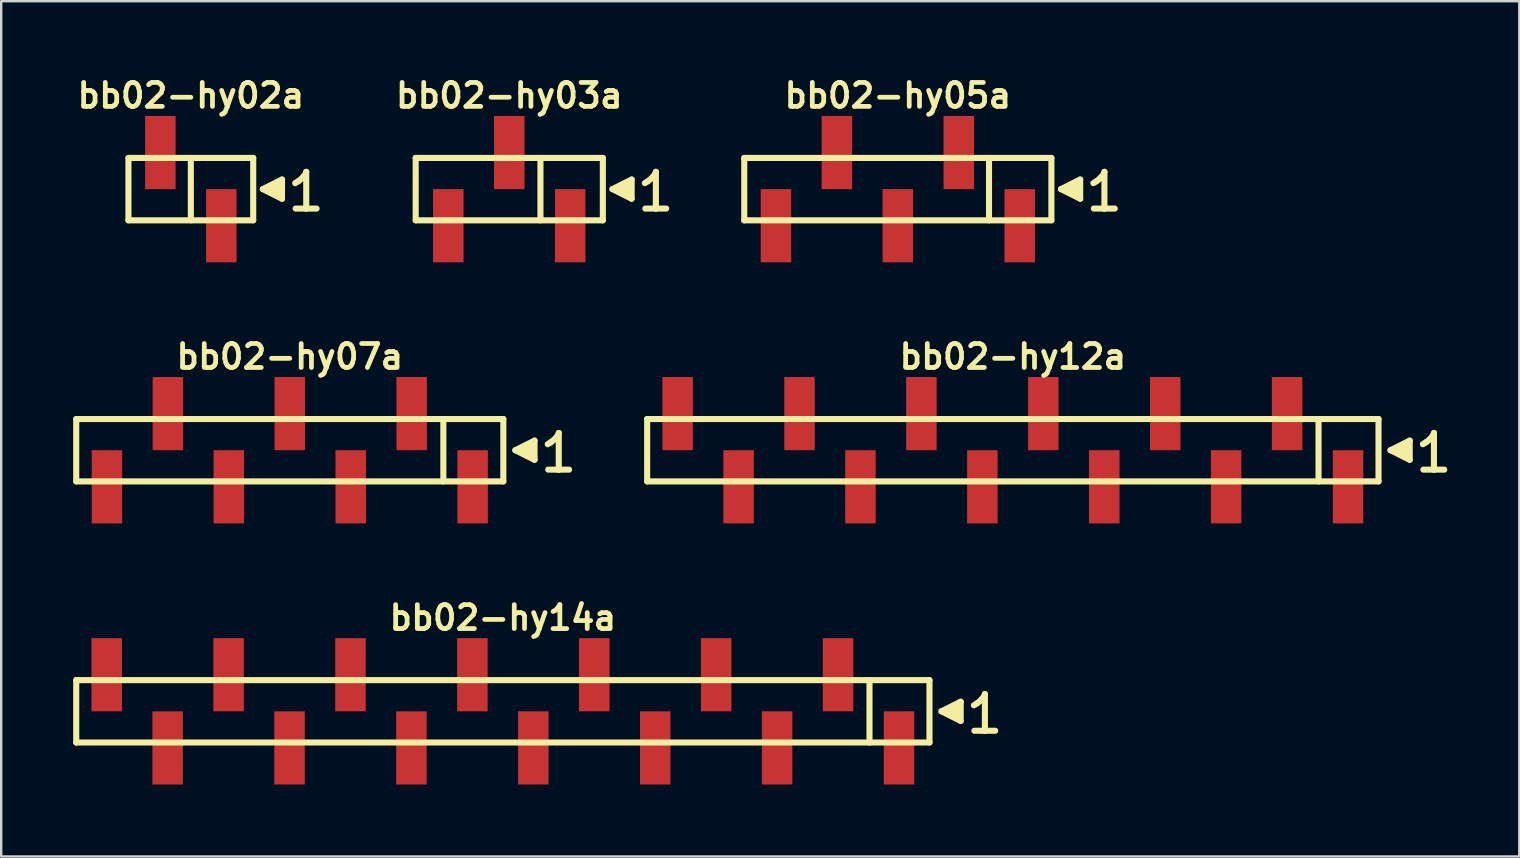
<source format=kicad_pcb>
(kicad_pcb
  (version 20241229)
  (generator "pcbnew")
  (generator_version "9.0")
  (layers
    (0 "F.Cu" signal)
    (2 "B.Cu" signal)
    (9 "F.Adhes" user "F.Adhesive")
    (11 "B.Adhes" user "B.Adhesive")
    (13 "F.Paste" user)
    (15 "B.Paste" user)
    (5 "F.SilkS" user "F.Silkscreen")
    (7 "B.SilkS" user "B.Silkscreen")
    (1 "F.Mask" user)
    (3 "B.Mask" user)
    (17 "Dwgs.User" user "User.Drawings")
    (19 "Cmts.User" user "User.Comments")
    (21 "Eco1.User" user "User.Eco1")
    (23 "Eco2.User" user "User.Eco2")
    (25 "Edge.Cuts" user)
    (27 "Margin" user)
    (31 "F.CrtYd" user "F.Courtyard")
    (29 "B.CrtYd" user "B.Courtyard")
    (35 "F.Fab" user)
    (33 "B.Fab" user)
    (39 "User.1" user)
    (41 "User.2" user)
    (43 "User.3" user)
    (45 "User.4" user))
  (footprint "bb02-hy14a"
    (layer "F.Cu")
    (at 17.907 26.595)
    (property "Reference" "bb02-hy14a" (at 0 -3.9 0) (layer "F.SilkS") (effects (font (size 0.998 0.998) (thickness 0.198))))
    (attr through_hole)
    (fp_line (start -17.78 -1.3) (end 17.78 -1.3) (stroke (width 0.254) (type solid)) (layer "F.SilkS"))
    (fp_line (start -17.78 1.3) (end -17.78 -1.3) (stroke (width 0.254) (type solid)) (layer "F.SilkS"))
    (fp_line (start 15.28 1.3) (end 15.28 -1.3) (stroke (width 0.254) (type solid)) (layer "F.SilkS"))
    (fp_line (start 17.78 -1.3) (end 17.78 1.3) (stroke (width 0.254) (type solid)) (layer "F.SilkS"))
    (fp_line (start 17.78 1.3) (end -17.78 1.3) (stroke (width 0.254) (type solid)) (layer "F.SilkS"))
    (fp_line (start 18.28 0) (end 19.08 0.4) (stroke (width 0.254) (type solid)) (layer "F.SilkS"))
    (fp_line (start 18.58 0.1) (end 18.58 -0.1) (stroke (width 0.254) (type solid)) (layer "F.SilkS"))
    (fp_line (start 18.68 -0.1) (end 18.68 0.1) (stroke (width 0.254) (type solid)) (layer "F.SilkS"))
    (fp_line (start 18.78 0.2) (end 18.78 -0.2) (stroke (width 0.254) (type solid)) (layer "F.SilkS"))
    (fp_line (start 18.88 -0.2) (end 18.88 0.2) (stroke (width 0.254) (type solid)) (layer "F.SilkS"))
    (fp_line (start 18.98 0.3) (end 18.98 -0.3) (stroke (width 0.254) (type solid)) (layer "F.SilkS"))
    (fp_line (start 19.08 -0.4) (end 18.28 0) (stroke (width 0.254) (type solid)) (layer "F.SilkS"))
    (fp_line (start 19.08 0.4) (end 19.08 -0.4) (stroke (width 0.254) (type solid)) (layer "F.SilkS"))
    (fp_line (start 19.63 -0.25) (end 19.76 -0.33) (stroke (width 0.254) (type solid)) (layer "F.SilkS"))
    (fp_line (start 19.76 -0.33) (end 19.92 -0.46) (stroke (width 0.254) (type solid)) (layer "F.SilkS"))
    (fp_line (start 19.92 -0.46) (end 20.06 -0.63) (stroke (width 0.254) (type solid)) (layer "F.SilkS"))
    (fp_line (start 20.06 -0.63) (end 20.09 -0.72) (stroke (width 0.254) (type solid)) (layer "F.SilkS"))
    (fp_line (start 20.09 -0.72) (end 20.09 0.81) (stroke (width 0.254) (type solid)) (layer "F.SilkS"))
    (fp_line (start 20.09 0.81) (end 19.65 0.81) (stroke (width 0.254) (type solid)) (layer "F.SilkS"))
    (fp_line (start 20.52 0.81) (end 20.08 0.81) (stroke (width 0.254) (type solid)) (layer "F.SilkS"))
    (pad "1" smd rect (at 16.51 1.525) (size 1.27 3.05) (layers "F.Cu" "F.Mask" "F.Paste"))
    (pad "2" smd rect (at 13.97 -1.525) (size 1.27 3.05) (layers "F.Cu" "F.Mask" "F.Paste"))
    (pad "3" smd rect (at 11.43 1.525) (size 1.27 3.05) (layers "F.Cu" "F.Mask" "F.Paste"))
    (pad "4" smd rect (at 8.89 -1.525) (size 1.27 3.05) (layers "F.Cu" "F.Mask" "F.Paste"))
    (pad "5" smd rect (at 6.35 1.525) (size 1.27 3.05) (layers "F.Cu" "F.Mask" "F.Paste"))
    (pad "6" smd rect (at 3.81 -1.525) (size 1.27 3.05) (layers "F.Cu" "F.Mask" "F.Paste"))
    (pad "7" smd rect (at 1.27 1.525) (size 1.27 3.05) (layers "F.Cu" "F.Mask" "F.Paste"))
    (pad "8" smd rect (at -1.27 -1.525) (size 1.27 3.05) (layers "F.Cu" "F.Mask" "F.Paste"))
    (pad "9" smd rect (at -3.81 1.525) (size 1.27 3.05) (layers "F.Cu" "F.Mask" "F.Paste"))
    (pad "10" smd rect (at -6.35 -1.525) (size 1.27 3.05) (layers "F.Cu" "F.Mask" "F.Paste"))
    (pad "11" smd rect (at -8.89 1.525) (size 1.27 3.05) (layers "F.Cu" "F.Mask" "F.Paste"))
    (pad "12" smd rect (at -11.43 -1.525) (size 1.27 3.05) (layers "F.Cu" "F.Mask" "F.Paste"))
    (pad "13" smd rect (at -13.97 1.525) (size 1.27 3.05) (layers "F.Cu" "F.Mask" "F.Paste"))
    (pad "14" smd rect (at -16.51 -1.525) (size 1.27 3.05) (layers "F.Cu" "F.Mask" "F.Paste")))
  (footprint "bb02-hy12a"
    (layer "F.Cu")
    (at 39.161 15.713)
    (property "Reference" "bb02-hy12a" (at 0 -3.9 0) (layer "F.SilkS") (effects (font (size 0.998 0.998) (thickness 0.198))))
    (attr through_hole)
    (fp_line (start -15.24 -1.3) (end 15.24 -1.3) (stroke (width 0.254) (type solid)) (layer "F.SilkS"))
    (fp_line (start -15.24 1.3) (end -15.24 -1.3) (stroke (width 0.254) (type solid)) (layer "F.SilkS"))
    (fp_line (start 12.74 1.3) (end 12.74 -1.3) (stroke (width 0.254) (type solid)) (layer "F.SilkS"))
    (fp_line (start 15.24 -1.3) (end 15.24 1.3) (stroke (width 0.254) (type solid)) (layer "F.SilkS"))
    (fp_line (start 15.24 1.3) (end -15.24 1.3) (stroke (width 0.254) (type solid)) (layer "F.SilkS"))
    (fp_line (start 15.74 0) (end 16.54 0.4) (stroke (width 0.254) (type solid)) (layer "F.SilkS"))
    (fp_line (start 16.04 0.1) (end 16.04 -0.1) (stroke (width 0.254) (type solid)) (layer "F.SilkS"))
    (fp_line (start 16.14 -0.1) (end 16.14 0.1) (stroke (width 0.254) (type solid)) (layer "F.SilkS"))
    (fp_line (start 16.24 0.2) (end 16.24 -0.2) (stroke (width 0.254) (type solid)) (layer "F.SilkS"))
    (fp_line (start 16.34 -0.2) (end 16.34 0.2) (stroke (width 0.254) (type solid)) (layer "F.SilkS"))
    (fp_line (start 16.44 0.3) (end 16.44 -0.3) (stroke (width 0.254) (type solid)) (layer "F.SilkS"))
    (fp_line (start 16.54 -0.4) (end 15.74 0) (stroke (width 0.254) (type solid)) (layer "F.SilkS"))
    (fp_line (start 16.54 0.4) (end 16.54 -0.4) (stroke (width 0.254) (type solid)) (layer "F.SilkS"))
    (fp_line (start 17.09 -0.25) (end 17.22 -0.33) (stroke (width 0.254) (type solid)) (layer "F.SilkS"))
    (fp_line (start 17.22 -0.33) (end 17.38 -0.46) (stroke (width 0.254) (type solid)) (layer "F.SilkS"))
    (fp_line (start 17.38 -0.46) (end 17.52 -0.63) (stroke (width 0.254) (type solid)) (layer "F.SilkS"))
    (fp_line (start 17.52 -0.63) (end 17.55 -0.72) (stroke (width 0.254) (type solid)) (layer "F.SilkS"))
    (fp_line (start 17.55 -0.72) (end 17.55 0.81) (stroke (width 0.254) (type solid)) (layer "F.SilkS"))
    (fp_line (start 17.55 0.81) (end 17.11 0.81) (stroke (width 0.254) (type solid)) (layer "F.SilkS"))
    (fp_line (start 17.98 0.81) (end 17.54 0.81) (stroke (width 0.254) (type solid)) (layer "F.SilkS"))
    (pad "1" smd rect (at 13.97 1.525) (size 1.27 3.05) (layers "F.Cu" "F.Mask" "F.Paste"))
    (pad "2" smd rect (at 11.43 -1.525) (size 1.27 3.05) (layers "F.Cu" "F.Mask" "F.Paste"))
    (pad "3" smd rect (at 8.89 1.525) (size 1.27 3.05) (layers "F.Cu" "F.Mask" "F.Paste"))
    (pad "4" smd rect (at 6.35 -1.525) (size 1.27 3.05) (layers "F.Cu" "F.Mask" "F.Paste"))
    (pad "5" smd rect (at 3.81 1.525) (size 1.27 3.05) (layers "F.Cu" "F.Mask" "F.Paste"))
    (pad "6" smd rect (at 1.27 -1.525) (size 1.27 3.05) (layers "F.Cu" "F.Mask" "F.Paste"))
    (pad "7" smd rect (at -1.27 1.525) (size 1.27 3.05) (layers "F.Cu" "F.Mask" "F.Paste"))
    (pad "8" smd rect (at -3.81 -1.525) (size 1.27 3.05) (layers "F.Cu" "F.Mask" "F.Paste"))
    (pad "9" smd rect (at -6.35 1.525) (size 1.27 3.05) (layers "F.Cu" "F.Mask" "F.Paste"))
    (pad "10" smd rect (at -8.89 -1.525) (size 1.27 3.05) (layers "F.Cu" "F.Mask" "F.Paste"))
    (pad "11" smd rect (at -11.43 1.525) (size 1.27 3.05) (layers "F.Cu" "F.Mask" "F.Paste"))
    (pad "12" smd rect (at -13.97 -1.525) (size 1.27 3.05) (layers "F.Cu" "F.Mask" "F.Paste")))
  (footprint "bb02-hy07a"
    (layer "F.Cu")
    (at 9.027 15.713)
    (property "Reference" "bb02-hy07a" (at 0 -3.9 0) (layer "F.SilkS") (effects (font (size 0.998 0.998) (thickness 0.198))))
    (attr through_hole)
    (fp_line (start -8.9 -1.3) (end 8.9 -1.3) (stroke (width 0.254) (type solid)) (layer "F.SilkS"))
    (fp_line (start -8.9 1.3) (end -8.9 -1.3) (stroke (width 0.254) (type solid)) (layer "F.SilkS"))
    (fp_line (start 6.4 1.3) (end 6.4 -1.3) (stroke (width 0.254) (type solid)) (layer "F.SilkS"))
    (fp_line (start 8.9 -1.3) (end 8.9 1.3) (stroke (width 0.254) (type solid)) (layer "F.SilkS"))
    (fp_line (start 8.9 1.3) (end -8.9 1.3) (stroke (width 0.254) (type solid)) (layer "F.SilkS"))
    (fp_line (start 9.4 0) (end 10.2 0.4) (stroke (width 0.254) (type solid)) (layer "F.SilkS"))
    (fp_line (start 9.7 0.1) (end 9.7 -0.1) (stroke (width 0.254) (type solid)) (layer "F.SilkS"))
    (fp_line (start 9.8 -0.1) (end 9.8 0.1) (stroke (width 0.254) (type solid)) (layer "F.SilkS"))
    (fp_line (start 9.9 0.2) (end 9.9 -0.2) (stroke (width 0.254) (type solid)) (layer "F.SilkS"))
    (fp_line (start 10 -0.2) (end 10 0.2) (stroke (width 0.254) (type solid)) (layer "F.SilkS"))
    (fp_line (start 10.1 0.3) (end 10.1 -0.3) (stroke (width 0.254) (type solid)) (layer "F.SilkS"))
    (fp_line (start 10.2 -0.4) (end 9.4 0) (stroke (width 0.254) (type solid)) (layer "F.SilkS"))
    (fp_line (start 10.2 0.4) (end 10.2 -0.4) (stroke (width 0.254) (type solid)) (layer "F.SilkS"))
    (fp_line (start 10.75 -0.25) (end 10.88 -0.33) (stroke (width 0.254) (type solid)) (layer "F.SilkS"))
    (fp_line (start 10.88 -0.33) (end 11.04 -0.46) (stroke (width 0.254) (type solid)) (layer "F.SilkS"))
    (fp_line (start 11.04 -0.46) (end 11.18 -0.63) (stroke (width 0.254) (type solid)) (layer "F.SilkS"))
    (fp_line (start 11.18 -0.63) (end 11.21 -0.72) (stroke (width 0.254) (type solid)) (layer "F.SilkS"))
    (fp_line (start 11.21 -0.72) (end 11.21 0.81) (stroke (width 0.254) (type solid)) (layer "F.SilkS"))
    (fp_line (start 11.21 0.81) (end 10.77 0.81) (stroke (width 0.254) (type solid)) (layer "F.SilkS"))
    (fp_line (start 11.64 0.81) (end 11.2 0.81) (stroke (width 0.254) (type solid)) (layer "F.SilkS"))
    (pad "1" smd rect (at 7.62 1.525) (size 1.27 3.05) (layers "F.Cu" "F.Mask" "F.Paste"))
    (pad "2" smd rect (at 5.08 -1.525) (size 1.27 3.05) (layers "F.Cu" "F.Mask" "F.Paste"))
    (pad "3" smd rect (at 2.54 1.525) (size 1.27 3.05) (layers "F.Cu" "F.Mask" "F.Paste"))
    (pad "4" smd rect (at 0 -1.525) (size 1.27 3.05) (layers "F.Cu" "F.Mask" "F.Paste"))
    (pad "5" smd rect (at -2.54 1.525) (size 1.27 3.05) (layers "F.Cu" "F.Mask" "F.Paste"))
    (pad "6" smd rect (at -5.08 -1.525) (size 1.27 3.05) (layers "F.Cu" "F.Mask" "F.Paste"))
    (pad "7" smd rect (at -7.62 1.525) (size 1.27 3.05) (layers "F.Cu" "F.Mask" "F.Paste")))
  (footprint "bb02-hy02a"
    (layer "F.Cu")
    (at 4.903 4.832)
    (property "Reference" "bb02-hy02a" (at 0 -3.9 0) (layer "F.SilkS") (effects (font (size 0.998 0.998) (thickness 0.198))))
    (attr through_hole)
    (fp_line (start -2.6 -1.3) (end 2.6 -1.3) (stroke (width 0.254) (type solid)) (layer "F.SilkS"))
    (fp_line (start -2.6 1.3) (end -2.6 -1.3) (stroke (width 0.254) (type solid)) (layer "F.SilkS"))
    (fp_line (start 0 1.3) (end 0 -1.3) (stroke (width 0.254) (type solid)) (layer "F.SilkS"))
    (fp_line (start 2.6 -1.3) (end 2.6 1.3) (stroke (width 0.254) (type solid)) (layer "F.SilkS"))
    (fp_line (start 2.6 1.3) (end -2.6 1.3) (stroke (width 0.254) (type solid)) (layer "F.SilkS"))
    (fp_line (start 3 0) (end 3.8 0.4) (stroke (width 0.254) (type solid)) (layer "F.SilkS"))
    (fp_line (start 3.3 0.1) (end 3.3 -0.1) (stroke (width 0.254) (type solid)) (layer "F.SilkS"))
    (fp_line (start 3.4 -0.1) (end 3.4 0.1) (stroke (width 0.254) (type solid)) (layer "F.SilkS"))
    (fp_line (start 3.5 0.2) (end 3.5 -0.2) (stroke (width 0.254) (type solid)) (layer "F.SilkS"))
    (fp_line (start 3.6 -0.2) (end 3.6 0.2) (stroke (width 0.254) (type solid)) (layer "F.SilkS"))
    (fp_line (start 3.7 0.3) (end 3.7 -0.3) (stroke (width 0.254) (type solid)) (layer "F.SilkS"))
    (fp_line (start 3.8 -0.4) (end 3 0) (stroke (width 0.254) (type solid)) (layer "F.SilkS"))
    (fp_line (start 3.8 0.4) (end 3.8 -0.4) (stroke (width 0.254) (type solid)) (layer "F.SilkS"))
    (fp_line (start 4.35 -0.25) (end 4.48 -0.33) (stroke (width 0.254) (type solid)) (layer "F.SilkS"))
    (fp_line (start 4.48 -0.33) (end 4.64 -0.46) (stroke (width 0.254) (type solid)) (layer "F.SilkS"))
    (fp_line (start 4.64 -0.46) (end 4.78 -0.63) (stroke (width 0.254) (type solid)) (layer "F.SilkS"))
    (fp_line (start 4.78 -0.63) (end 4.81 -0.72) (stroke (width 0.254) (type solid)) (layer "F.SilkS"))
    (fp_line (start 4.81 -0.72) (end 4.81 0.81) (stroke (width 0.254) (type solid)) (layer "F.SilkS"))
    (fp_line (start 4.81 0.81) (end 4.37 0.81) (stroke (width 0.254) (type solid)) (layer "F.SilkS"))
    (fp_line (start 5.24 0.81) (end 4.8 0.81) (stroke (width 0.254) (type solid)) (layer "F.SilkS"))
    (pad "1" smd rect (at 1.27 1.525) (size 1.27 3.05) (layers "F.Cu" "F.Mask" "F.Paste"))
    (pad "2" smd rect (at -1.27 -1.525) (size 1.27 3.05) (layers "F.Cu" "F.Mask" "F.Paste")))
  (footprint "bb02-hy05a"
    (layer "F.Cu")
    (at 34.368 4.832)
    (property "Reference" "bb02-hy05a" (at 0 -3.9 0) (layer "F.SilkS") (effects (font (size 0.998 0.998) (thickness 0.198))))
    (attr through_hole)
    (fp_line (start -6.4 -1.3) (end 6.4 -1.3) (stroke (width 0.254) (type solid)) (layer "F.SilkS"))
    (fp_line (start -6.4 1.3) (end -6.4 -1.3) (stroke (width 0.254) (type solid)) (layer "F.SilkS"))
    (fp_line (start 3.8 1.3) (end 3.8 -1.3) (stroke (width 0.254) (type solid)) (layer "F.SilkS"))
    (fp_line (start 6.4 -1.3) (end 6.4 1.3) (stroke (width 0.254) (type solid)) (layer "F.SilkS"))
    (fp_line (start 6.4 1.3) (end -6.4 1.3) (stroke (width 0.254) (type solid)) (layer "F.SilkS"))
    (fp_line (start 6.8 0) (end 7.6 0.4) (stroke (width 0.254) (type solid)) (layer "F.SilkS"))
    (fp_line (start 7.1 0.1) (end 7.1 -0.1) (stroke (width 0.254) (type solid)) (layer "F.SilkS"))
    (fp_line (start 7.2 -0.1) (end 7.2 0.1) (stroke (width 0.254) (type solid)) (layer "F.SilkS"))
    (fp_line (start 7.3 0.2) (end 7.3 -0.2) (stroke (width 0.254) (type solid)) (layer "F.SilkS"))
    (fp_line (start 7.4 -0.2) (end 7.4 0.2) (stroke (width 0.254) (type solid)) (layer "F.SilkS"))
    (fp_line (start 7.5 0.3) (end 7.5 -0.3) (stroke (width 0.254) (type solid)) (layer "F.SilkS"))
    (fp_line (start 7.6 -0.4) (end 6.8 0) (stroke (width 0.254) (type solid)) (layer "F.SilkS"))
    (fp_line (start 7.6 0.4) (end 7.6 -0.4) (stroke (width 0.254) (type solid)) (layer "F.SilkS"))
    (fp_line (start 8.15 -0.25) (end 8.28 -0.33) (stroke (width 0.254) (type solid)) (layer "F.SilkS"))
    (fp_line (start 8.28 -0.33) (end 8.44 -0.46) (stroke (width 0.254) (type solid)) (layer "F.SilkS"))
    (fp_line (start 8.44 -0.46) (end 8.58 -0.63) (stroke (width 0.254) (type solid)) (layer "F.SilkS"))
    (fp_line (start 8.58 -0.63) (end 8.61 -0.72) (stroke (width 0.254) (type solid)) (layer "F.SilkS"))
    (fp_line (start 8.61 -0.72) (end 8.61 0.81) (stroke (width 0.254) (type solid)) (layer "F.SilkS"))
    (fp_line (start 8.61 0.81) (end 8.17 0.81) (stroke (width 0.254) (type solid)) (layer "F.SilkS"))
    (fp_line (start 9.04 0.81) (end 8.6 0.81) (stroke (width 0.254) (type solid)) (layer "F.SilkS"))
    (pad "1" smd rect (at 5.08 1.525) (size 1.27 3.05) (layers "F.Cu" "F.Mask" "F.Paste"))
    (pad "2" smd rect (at 2.54 -1.525) (size 1.27 3.05) (layers "F.Cu" "F.Mask" "F.Paste"))
    (pad "3" smd rect (at 0 1.525) (size 1.27 3.05) (layers "F.Cu" "F.Mask" "F.Paste"))
    (pad "4" smd rect (at -2.54 -1.525) (size 1.27 3.05) (layers "F.Cu" "F.Mask" "F.Paste"))
    (pad "5" smd rect (at -5.08 1.525) (size 1.27 3.05) (layers "F.Cu" "F.Mask" "F.Paste")))
  (footprint "bb02-hy03a"
    (layer "F.Cu")
    (at 18.174 4.832)
    (property "Reference" "bb02-hy03a" (at 0 -3.9 0) (layer "F.SilkS") (effects (font (size 0.998 0.998) (thickness 0.198))))
    (attr through_hole)
    (fp_line (start -3.9 -1.3) (end 3.9 -1.3) (stroke (width 0.254) (type solid)) (layer "F.SilkS"))
    (fp_line (start -3.9 1.3) (end -3.9 -1.3) (stroke (width 0.254) (type solid)) (layer "F.SilkS"))
    (fp_line (start 1.3 1.3) (end 1.3 -1.3) (stroke (width 0.254) (type solid)) (layer "F.SilkS"))
    (fp_line (start 3.9 -1.3) (end 3.9 1.3) (stroke (width 0.254) (type solid)) (layer "F.SilkS"))
    (fp_line (start 3.9 1.3) (end -3.9 1.3) (stroke (width 0.254) (type solid)) (layer "F.SilkS"))
    (fp_line (start 4.3 0) (end 5.1 0.4) (stroke (width 0.254) (type solid)) (layer "F.SilkS"))
    (fp_line (start 4.6 0.1) (end 4.6 -0.1) (stroke (width 0.254) (type solid)) (layer "F.SilkS"))
    (fp_line (start 4.7 -0.1) (end 4.7 0.1) (stroke (width 0.254) (type solid)) (layer "F.SilkS"))
    (fp_line (start 4.8 0.2) (end 4.8 -0.2) (stroke (width 0.254) (type solid)) (layer "F.SilkS"))
    (fp_line (start 4.9 -0.2) (end 4.9 0.2) (stroke (width 0.254) (type solid)) (layer "F.SilkS"))
    (fp_line (start 5 0.3) (end 5 -0.3) (stroke (width 0.254) (type solid)) (layer "F.SilkS"))
    (fp_line (start 5.1 -0.4) (end 4.3 0) (stroke (width 0.254) (type solid)) (layer "F.SilkS"))
    (fp_line (start 5.1 0.4) (end 5.1 -0.4) (stroke (width 0.254) (type solid)) (layer "F.SilkS"))
    (fp_line (start 5.65 -0.25) (end 5.78 -0.33) (stroke (width 0.254) (type solid)) (layer "F.SilkS"))
    (fp_line (start 5.78 -0.33) (end 5.94 -0.46) (stroke (width 0.254) (type solid)) (layer "F.SilkS"))
    (fp_line (start 5.94 -0.46) (end 6.08 -0.63) (stroke (width 0.254) (type solid)) (layer "F.SilkS"))
    (fp_line (start 6.08 -0.63) (end 6.11 -0.72) (stroke (width 0.254) (type solid)) (layer "F.SilkS"))
    (fp_line (start 6.11 -0.72) (end 6.11 0.81) (stroke (width 0.254) (type solid)) (layer "F.SilkS"))
    (fp_line (start 6.11 0.81) (end 5.67 0.81) (stroke (width 0.254) (type solid)) (layer "F.SilkS"))
    (fp_line (start 6.54 0.81) (end 6.1 0.81) (stroke (width 0.254) (type solid)) (layer "F.SilkS"))
    (pad "1" smd rect (at 2.54 1.525) (size 1.27 3.05) (layers "F.Cu" "F.Mask" "F.Paste"))
    (pad "2" smd rect (at 0 -1.525) (size 1.27 3.05) (layers "F.Cu" "F.Mask" "F.Paste"))
    (pad "3" smd rect (at -2.54 1.525) (size 1.27 3.05) (layers "F.Cu" "F.Mask" "F.Paste")))
  (gr_rect
    (start -3 -3)
    (end 60.268 32.645)
    (stroke (width 0.1) (type default))
    (fill no)
    (layer "Edge.Cuts")))
</source>
